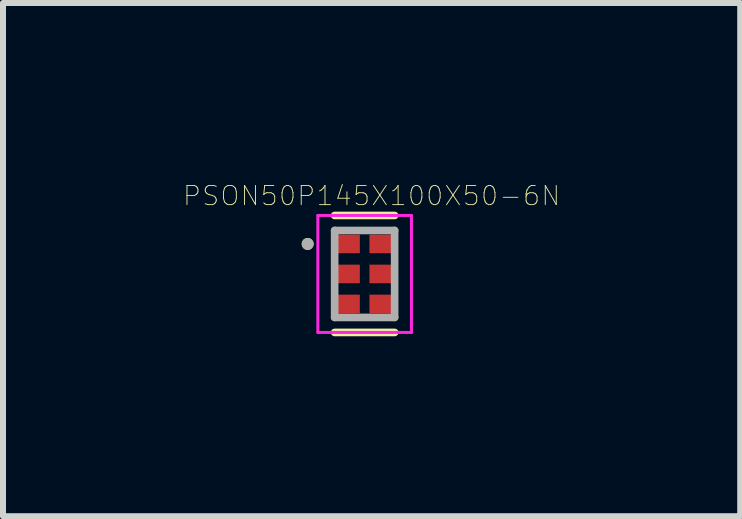
<source format=kicad_pcb>
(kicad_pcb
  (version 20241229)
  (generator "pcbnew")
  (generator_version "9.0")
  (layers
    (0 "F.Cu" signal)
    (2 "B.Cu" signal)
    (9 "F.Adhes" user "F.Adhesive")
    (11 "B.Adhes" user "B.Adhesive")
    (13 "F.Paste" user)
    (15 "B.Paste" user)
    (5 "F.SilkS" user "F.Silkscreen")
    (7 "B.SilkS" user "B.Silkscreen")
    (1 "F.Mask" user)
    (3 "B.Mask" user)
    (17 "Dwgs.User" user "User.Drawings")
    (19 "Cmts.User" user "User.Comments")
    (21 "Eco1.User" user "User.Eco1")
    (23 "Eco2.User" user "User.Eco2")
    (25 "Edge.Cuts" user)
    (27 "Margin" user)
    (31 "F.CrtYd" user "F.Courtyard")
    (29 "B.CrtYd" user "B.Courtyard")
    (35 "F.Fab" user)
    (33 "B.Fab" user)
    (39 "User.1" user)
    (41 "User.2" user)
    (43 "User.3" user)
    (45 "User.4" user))
  (footprint "PSON50P145X100X50-6N"
    (layer "F.Cu")
    (at 3.029 1.517)
    (property "Reference" "PSON50P145X100X50-6N" (at 0.116 -1.303 0) (layer "F.SilkS") (effects (font (size 0.32 0.32) (thickness 0.015))))
    (attr through_hole)
    (fp_line (start -0.5 -0.975) (end 0.5 -0.975) (stroke (width 0.127) (type solid)) (layer "F.SilkS"))
    (fp_line (start -0.5 0.975) (end 0.5 0.975) (stroke (width 0.127) (type solid)) (layer "F.SilkS"))
    (fp_circle (center -0.95 -0.5) (end -0.9 -0.5) (stroke (width 0.1) (type solid)) (fill no) (layer "F.SilkS"))
    (fp_line (start -0.78 -0.975) (end -0.78 0.975) (stroke (width 0.05) (type solid)) (layer "F.CrtYd"))
    (fp_line (start -0.78 0.975) (end 0.78 0.975) (stroke (width 0.05) (type solid)) (layer "F.CrtYd"))
    (fp_line (start 0.78 -0.975) (end -0.78 -0.975) (stroke (width 0.05) (type solid)) (layer "F.CrtYd"))
    (fp_line (start 0.78 0.975) (end 0.78 -0.975) (stroke (width 0.05) (type solid)) (layer "F.CrtYd"))
    (fp_line (start -0.5 -0.725) (end 0.5 -0.725) (stroke (width 0.127) (type solid)) (layer "F.Fab"))
    (fp_line (start -0.5 0.725) (end -0.5 -0.725) (stroke (width 0.127) (type solid)) (layer "F.Fab"))
    (fp_line (start 0.5 -0.725) (end 0.5 0.725) (stroke (width 0.127) (type solid)) (layer "F.Fab"))
    (fp_line (start 0.5 0.725) (end -0.5 0.725) (stroke (width 0.127) (type solid)) (layer "F.Fab"))
    (fp_circle (center -0.95 -0.5) (end -0.9 -0.5) (stroke (width 0.1) (type solid)) (fill no) (layer "F.Fab"))
    (pad "1" smd rect (at -0.29 -0.5) (size 0.42 0.31) (layers "F.Cu" "F.Mask" "F.Paste"))
    (pad "2" smd rect (at -0.29 0) (size 0.42 0.31) (layers "F.Cu" "F.Mask" "F.Paste"))
    (pad "3" smd rect (at -0.29 0.5) (size 0.42 0.31) (layers "F.Cu" "F.Mask" "F.Paste"))
    (pad "4" smd rect (at 0.29 0.5) (size 0.42 0.31) (layers "F.Cu" "F.Mask" "F.Paste"))
    (pad "5" smd rect (at 0.29 0) (size 0.42 0.31) (layers "F.Cu" "F.Mask" "F.Paste"))
    (pad "6" smd rect (at 0.29 -0.5) (size 0.42 0.31) (layers "F.Cu" "F.Mask" "F.Paste")))
  (gr_rect
    (start -3 -3)
    (end 9.29 5.555)
    (stroke (width 0.1) (type default))
    (fill no)
    (layer "Edge.Cuts")))
</source>
